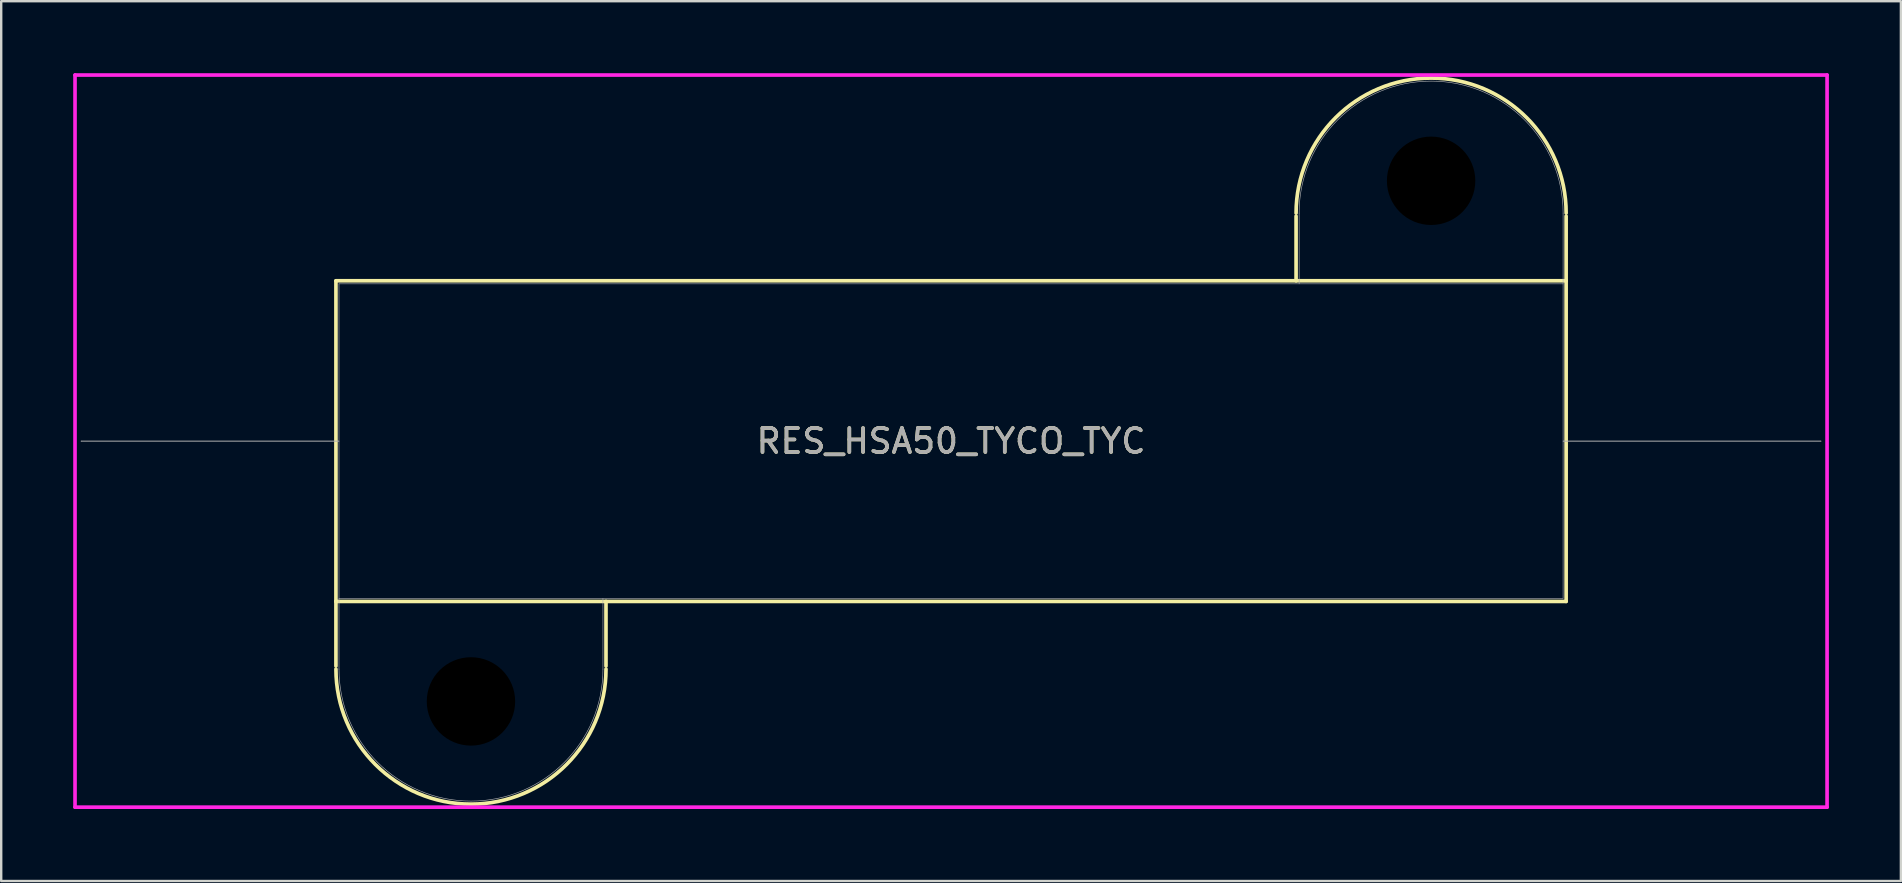
<source format=kicad_pcb>
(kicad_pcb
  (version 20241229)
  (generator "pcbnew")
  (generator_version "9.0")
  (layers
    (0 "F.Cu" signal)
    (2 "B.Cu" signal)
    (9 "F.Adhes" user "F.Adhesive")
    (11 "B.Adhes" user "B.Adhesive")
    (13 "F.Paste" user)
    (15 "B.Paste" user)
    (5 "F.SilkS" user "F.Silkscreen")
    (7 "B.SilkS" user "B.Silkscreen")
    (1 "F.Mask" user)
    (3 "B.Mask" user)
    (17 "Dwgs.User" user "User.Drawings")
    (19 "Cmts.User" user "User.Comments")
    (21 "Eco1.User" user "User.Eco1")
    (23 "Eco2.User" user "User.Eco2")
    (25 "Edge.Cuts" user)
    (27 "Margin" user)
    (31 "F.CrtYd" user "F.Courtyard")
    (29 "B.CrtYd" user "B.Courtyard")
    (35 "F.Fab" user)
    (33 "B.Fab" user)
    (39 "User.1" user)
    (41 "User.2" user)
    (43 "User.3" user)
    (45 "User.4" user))
  (footprint "RES_HSA50_TYCO_TYC"
    (layer "F.Cu")
    (at 0.33 15.329)
    (property "Reference" "RES_HSA50_TYCO_TYC" (at 36.246 0 0) (unlocked yes) (layer "F.SilkS") (effects (font (size 1 1) (thickness 0.15))))
    (attr smd)
    (fp_line (start 10.617 -6.68) (end 10.617 6.68) (stroke (width 0.152) (type solid)) (layer "F.SilkS"))
    (fp_line (start 10.617 6.68) (end 10.617 9.373) (stroke (width 0.152) (type solid)) (layer "F.SilkS"))
    (fp_line (start 10.617 6.68) (end 61.874 6.68) (stroke (width 0.152) (type solid)) (layer "F.SilkS"))
    (fp_line (start 21.869 9.373) (end 21.869 6.68) (stroke (width 0.152) (type solid)) (layer "F.SilkS"))
    (fp_line (start 50.622 -9.373) (end 50.622 -6.68) (stroke (width 0.152) (type solid)) (layer "F.SilkS"))
    (fp_line (start 61.874 -6.68) (end 10.617 -6.68) (stroke (width 0.152) (type solid)) (layer "F.SilkS"))
    (fp_line (start 61.874 -6.68) (end 61.874 -9.373) (stroke (width 0.152) (type solid)) (layer "F.SilkS"))
    (fp_line (start 61.874 6.68) (end 61.874 -6.68) (stroke (width 0.152) (type solid)) (layer "F.SilkS"))
    (fp_arc (start 21.8694 9.4996) (mid 16.2433 15.1257) (end 10.6172 9.4996) (stroke (width 0.1524) (type solid)) (layer "F.SilkS"))
    (fp_arc (start 50.6222 -9.4996) (mid 56.2483 -15.1257) (end 61.8744 -9.4996) (stroke (width 0.1524) (type solid)) (layer "F.SilkS"))
    (fp_line (start -0.254 -15.253) (end 72.746 -15.253) (stroke (width 0.152) (type solid)) (layer "F.CrtYd"))
    (fp_line (start -0.254 15.253) (end -0.254 -15.253) (stroke (width 0.152) (type solid)) (layer "F.CrtYd"))
    (fp_line (start 72.746 -15.253) (end 72.746 15.253) (stroke (width 0.152) (type solid)) (layer "F.CrtYd"))
    (fp_line (start 72.746 15.253) (end -0.254 15.253) (stroke (width 0.152) (type solid)) (layer "F.CrtYd"))
    (fp_line (start 0 0) (end 0 0) (stroke (width 0.025) (type solid)) (layer "F.Fab"))
    (fp_line (start 0 0) (end 10.744 0) (stroke (width 0.025) (type solid)) (layer "F.Fab"))
    (fp_line (start 10.744 -6.553) (end 10.744 6.553) (stroke (width 0.025) (type solid)) (layer "F.Fab"))
    (fp_line (start 10.744 0) (end 0 0) (stroke (width 0.025) (type solid)) (layer "F.Fab"))
    (fp_line (start 10.744 6.553) (end 10.744 9.5) (stroke (width 0.025) (type solid)) (layer "F.Fab"))
    (fp_line (start 10.744 6.553) (end 61.747 6.553) (stroke (width 0.025) (type solid)) (layer "F.Fab"))
    (fp_line (start 21.742 9.5) (end 21.742 6.553) (stroke (width 0.025) (type solid)) (layer "F.Fab"))
    (fp_line (start 50.749 -9.5) (end 50.749 -6.553) (stroke (width 0.025) (type solid)) (layer "F.Fab"))
    (fp_line (start 61.747 -6.553) (end 10.744 -6.553) (stroke (width 0.025) (type solid)) (layer "F.Fab"))
    (fp_line (start 61.747 -6.553) (end 61.747 -9.5) (stroke (width 0.025) (type solid)) (layer "F.Fab"))
    (fp_line (start 61.747 0) (end 72.492 0) (stroke (width 0.025) (type solid)) (layer "F.Fab"))
    (fp_line (start 61.747 6.553) (end 61.747 -6.553) (stroke (width 0.025) (type solid)) (layer "F.Fab"))
    (fp_line (start 72.492 0) (end 61.747 0) (stroke (width 0.025) (type solid)) (layer "F.Fab"))
    (fp_line (start 72.492 0) (end 72.492 0) (stroke (width 0.025) (type solid)) (layer "F.Fab"))
    (fp_arc (start 21.7424 9.4996) (mid 16.2433 14.9987) (end 10.7442 9.4996) (stroke (width 0.0254) (type solid)) (layer "F.Fab"))
    (fp_arc (start 50.7492 -9.4996) (mid 56.2483 -14.9987) (end 61.7474 -9.4996) (stroke (width 0.0254) (type solid)) (layer "F.Fab"))
    (fp_text user "${REFERENCE}" (at 36.246 0 0) (unlocked yes) (layer "F.Fab") (effects (font (size 1 1) (thickness 0.15))))
    (pad "" np_thru_hole circle (at 16.243 10.846) (size 4.191 4.191) (drill 3.683) (layers))
    (pad "" np_thru_hole circle (at 56.248 -10.846) (size 4.191 4.191) (drill 3.683) (layers))
    (pad "1" smd rect (at 0 0) (size 0.001 0.001) (layers "F.Cu" "F.Mask" "F.Paste"))
    (pad "2" smd circle (at 72.492 0) (size 0.001 0.001) (layers "F.Cu" "F.Mask" "F.Paste"))
    (zone (net_name "") (layer "F.Cu") (hatch full 0.508) (connect_pads) (min_thickness 0.254) (filled_areas_thickness no) (keepout (tracks not_allowed) (vias not_allowed) (pads allowed) (copperpour not_allowed) (footprints allowed)) (placement (enabled no)) (fill) (polygon (pts (xy 11.074 8.776) (xy 62.078 8.776) (xy 62.078 21.882) (xy 11.074 21.882))))
    (zone (net_name "") (layer "F.Cu") (hatch full 0.508) (connect_pads) (min_thickness 0.254) (filled_areas_thickness no) (keepout (tracks not_allowed) (vias not_allowed) (pads allowed) (copperpour not_allowed) (footprints allowed)) (placement (enabled no)) (fill) (polygon (pts (xy 11.074 21.882) (xy 11.074 30.328) (xy 22.073 30.328) (xy 22.073 21.882))))
    (zone (net_name "") (layer "F.Cu") (hatch full 0.508) (connect_pads) (min_thickness 0.254) (filled_areas_thickness no) (keepout (tracks not_allowed) (vias not_allowed) (pads allowed) (copperpour not_allowed) (footprints allowed)) (placement (enabled no)) (fill) (polygon (pts (xy 62.078 8.776) (xy 62.078 0.33) (xy 51.079 0.33) (xy 51.079 8.776)))))
  (gr_rect
    (start -3 -3)
    (end 76.152 33.658)
    (stroke (width 0.1) (type default))
    (fill no)
    (layer "Edge.Cuts")))
</source>
